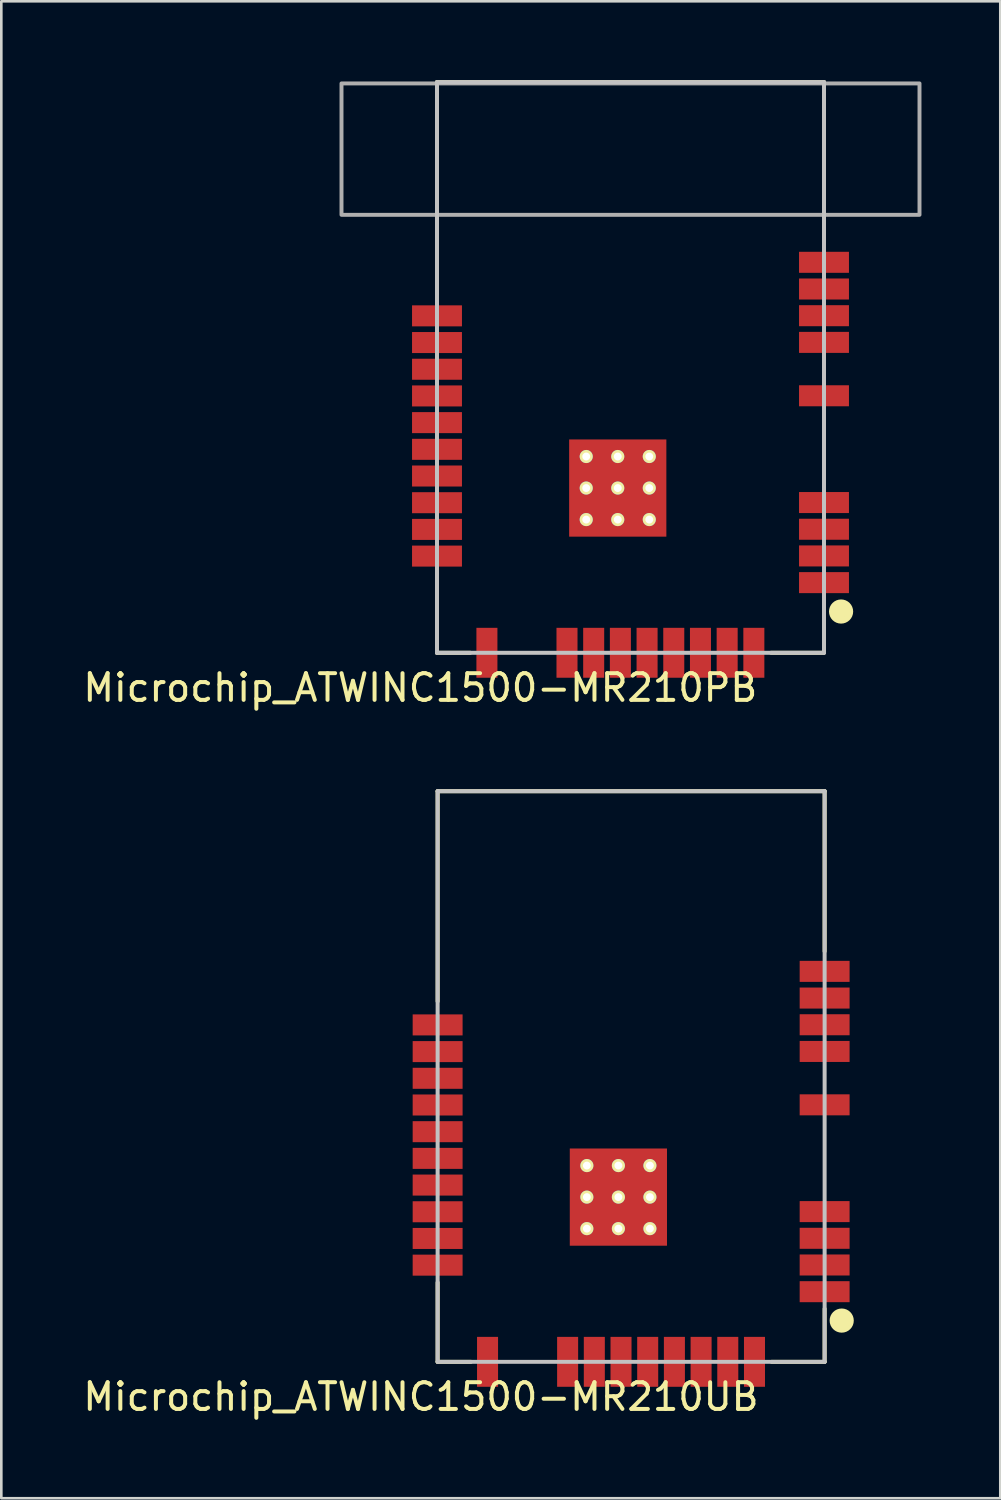
<source format=kicad_pcb>
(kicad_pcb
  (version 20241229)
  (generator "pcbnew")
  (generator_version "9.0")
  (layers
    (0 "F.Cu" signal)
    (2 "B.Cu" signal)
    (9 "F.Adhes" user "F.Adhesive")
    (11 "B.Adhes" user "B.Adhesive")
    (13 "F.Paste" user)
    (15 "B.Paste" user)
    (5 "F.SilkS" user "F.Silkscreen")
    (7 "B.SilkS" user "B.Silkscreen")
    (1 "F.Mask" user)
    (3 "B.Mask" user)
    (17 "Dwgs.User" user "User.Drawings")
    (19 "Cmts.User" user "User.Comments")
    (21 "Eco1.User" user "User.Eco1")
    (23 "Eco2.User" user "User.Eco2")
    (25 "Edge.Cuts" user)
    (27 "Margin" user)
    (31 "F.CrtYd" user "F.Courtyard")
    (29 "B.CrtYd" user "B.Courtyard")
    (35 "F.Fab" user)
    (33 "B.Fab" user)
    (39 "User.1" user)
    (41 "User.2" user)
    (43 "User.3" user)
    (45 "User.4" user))
  (footprint "Microchip_ATWINC1500-MR210UB"
    (layer "F.Cu")
    (at 20.972 46.114)
    (property "Reference" "Microchip_ATWINC1500-MR210UB" (at -8 4 0) (layer "F.SilkS") (effects (font (size 1.016 1.016) (thickness 0.152))))
    (attr smd)
    (fp_line (start -7.365 -19.05) (end -7.365 -11.049) (stroke (width 0.152) (type solid)) (layer "F.SilkS"))
    (fp_line (start -7.365 -19.05) (end 7.365 -19.05) (stroke (width 0.152) (type solid)) (layer "F.SilkS"))
    (fp_line (start -7.365 2.67) (end -7.365 -0.35) (stroke (width 0.152) (type solid)) (layer "F.SilkS"))
    (fp_line (start -6.1 2.67) (end -7.365 2.67) (stroke (width 0.152) (type solid)) (layer "F.SilkS"))
    (fp_line (start 7.365 -19.05) (end 7.365 -12.954) (stroke (width 0.152) (type solid)) (layer "F.SilkS"))
    (fp_line (start 7.365 0.65) (end 7.365 2.67) (stroke (width 0.152) (type solid)) (layer "F.SilkS"))
    (fp_line (start 7.365 2.67) (end 5.35 2.67) (stroke (width 0.152) (type solid)) (layer "F.SilkS"))
    (fp_line (start 7.7 1.1) (end 8.3 1.1) (stroke (width 0.15) (type solid)) (layer "F.SilkS"))
    (fp_circle (center 8.015 1.1) (end 8.1 1.1) (stroke (width 0.15) (type solid)) (fill no) (layer "F.SilkS"))
    (fp_circle (center 8.015 1.1) (end 8.165 1.1) (stroke (width 0.203) (type solid)) (fill no) (layer "F.SilkS"))
    (fp_circle (center 8.015 1.1) (end 8.3 1.1) (stroke (width 0.15) (type solid)) (fill no) (layer "F.SilkS"))
    (fp_circle (center 8.015 1.1) (end 8.4 1.1) (stroke (width 0.15) (type solid)) (fill no) (layer "F.SilkS"))
    (fp_line (start -7.365 -19.05) (end 7.365 -19.05) (stroke (width 0.152) (type solid)) (layer "Dwgs.User"))
    (fp_line (start -7.365 2.67) (end -7.365 -19.05) (stroke (width 0.152) (type solid)) (layer "Dwgs.User"))
    (fp_line (start 7.365 -19.05) (end 7.365 2.67) (stroke (width 0.152) (type solid)) (layer "Dwgs.User"))
    (fp_line (start 7.365 2.67) (end -7.365 2.67) (stroke (width 0.152) (type solid)) (layer "Dwgs.User"))
    (pad "1" smd rect (at 7.365 0 90) (size 0.8 1.9) (layers "F.Cu" "F.Mask" "F.Paste"))
    (pad "2" smd rect (at 7.365 -1.016 90) (size 0.8 1.9) (layers "F.Cu" "F.Mask" "F.Paste"))
    (pad "3" smd rect (at 7.365 -2.032 90) (size 0.8 1.9) (layers "F.Cu" "F.Mask" "F.Paste"))
    (pad "4" smd rect (at 7.365 -3.048 90) (size 0.8 1.9) (layers "F.Cu" "F.Mask" "F.Paste"))
    (pad "5" smd rect (at 7.365 -7.112 90) (size 0.8 1.9) (layers "F.Cu" "F.Mask" "F.Paste"))
    (pad "6" smd rect (at 7.365 -9.144 90) (size 0.8 1.9) (layers "F.Cu" "F.Mask" "F.Paste"))
    (pad "7" smd rect (at 7.365 -10.16 90) (size 0.8 1.9) (layers "F.Cu" "F.Mask" "F.Paste"))
    (pad "8" smd rect (at 7.365 -11.176 90) (size 0.8 1.9) (layers "F.Cu" "F.Mask" "F.Paste"))
    (pad "9" smd rect (at 7.365 -12.192 90) (size 0.8 1.9) (layers "F.Cu" "F.Mask" "F.Paste"))
    (pad "10" smd rect (at -7.365 -10.154 90) (size 0.8 1.9) (layers "F.Cu" "F.Mask" "F.Paste"))
    (pad "11" smd rect (at -7.365 -9.138 90) (size 0.8 1.9) (layers "F.Cu" "F.Mask" "F.Paste"))
    (pad "12" smd rect (at -7.365 -8.122 90) (size 0.8 1.9) (layers "F.Cu" "F.Mask" "F.Paste"))
    (pad "13" smd rect (at -7.365 -7.106 90) (size 0.8 1.9) (layers "F.Cu" "F.Mask" "F.Paste"))
    (pad "14" smd rect (at -7.365 -6.09 90) (size 0.8 1.9) (layers "F.Cu" "F.Mask" "F.Paste"))
    (pad "15" smd rect (at -7.365 -5.074 90) (size 0.8 1.9) (layers "F.Cu" "F.Mask" "F.Paste"))
    (pad "16" smd rect (at -7.365 -4.058 90) (size 0.8 1.9) (layers "F.Cu" "F.Mask" "F.Paste"))
    (pad "17" smd rect (at -7.365 -3.042 90) (size 0.8 1.9) (layers "F.Cu" "F.Mask" "F.Paste"))
    (pad "18" smd rect (at -7.365 -2.026 90) (size 0.8 1.9) (layers "F.Cu" "F.Mask" "F.Paste"))
    (pad "19" smd rect (at -7.365 -1.01 90) (size 0.8 1.9) (layers "F.Cu" "F.Mask" "F.Paste"))
    (pad "20" smd rect (at -5.465 2.67 180) (size 0.8 1.9) (layers "F.Cu" "F.Mask" "F.Paste"))
    (pad "21" smd rect (at -2.417 2.67 180) (size 0.8 1.9) (layers "F.Cu" "F.Mask" "F.Paste"))
    (pad "22" smd rect (at -1.401 2.67 180) (size 0.8 1.9) (layers "F.Cu" "F.Mask" "F.Paste"))
    (pad "23" smd rect (at -0.385 2.67 180) (size 0.8 1.9) (layers "F.Cu" "F.Mask" "F.Paste"))
    (pad "24" smd rect (at 0.631 2.67 180) (size 0.8 1.9) (layers "F.Cu" "F.Mask" "F.Paste"))
    (pad "25" smd rect (at 1.647 2.67 180) (size 0.8 1.9) (layers "F.Cu" "F.Mask" "F.Paste"))
    (pad "26" smd rect (at 2.663 2.67 180) (size 0.8 1.9) (layers "F.Cu" "F.Mask" "F.Paste"))
    (pad "27" smd rect (at 3.679 2.67 180) (size 0.8 1.9) (layers "F.Cu" "F.Mask" "F.Paste"))
    (pad "28" smd rect (at 4.695 2.67 180) (size 0.8 1.9) (layers "F.Cu" "F.Mask" "F.Paste"))
    (pad "29" thru_hole circle (at -1.685 -4.8) (size 0.5 0.5) (drill 0.3) (layers "*.Cu" "*.Mask" "F.SilkS"))
    (pad "29" thru_hole circle (at -1.685 -3.6) (size 0.5 0.5) (drill 0.3) (layers "*.Cu" "*.Mask" "F.SilkS"))
    (pad "29" thru_hole circle (at -1.685 -2.4) (size 0.5 0.5) (drill 0.3) (layers "*.Cu" "*.Mask" "F.SilkS"))
    (pad "29" thru_hole circle (at -0.485 -4.8) (size 0.5 0.5) (drill 0.3) (layers "*.Cu" "*.Mask" "F.SilkS"))
    (pad "29" thru_hole circle (at -0.485 -3.6) (size 0.5 0.5) (drill 0.3) (layers "*.Cu" "*.Mask" "F.SilkS"))
    (pad "29" smd rect (at -0.485 -3.6) (size 3.7 3.7) (layers "F.Cu" "F.Mask" "F.Paste"))
    (pad "29" thru_hole circle (at -0.485 -2.4) (size 0.5 0.5) (drill 0.3) (layers "*.Cu" "*.Mask" "F.SilkS"))
    (pad "29" thru_hole circle (at 0.715 -4.8) (size 0.5 0.5) (drill 0.3) (layers "*.Cu" "*.Mask" "F.SilkS"))
    (pad "29" thru_hole circle (at 0.715 -3.6) (size 0.5 0.5) (drill 0.3) (layers "*.Cu" "*.Mask" "F.SilkS"))
    (pad "29" thru_hole circle (at 0.715 -2.4) (size 0.5 0.5) (drill 0.3) (layers "*.Cu" "*.Mask" "F.SilkS")))
  (footprint "Microchip_ATWINC1500-MR210PB"
    (layer "F.Cu")
    (at 20.948 19.126)
    (property "Reference" "Microchip_ATWINC1500-MR210PB" (at -8 4 0) (layer "F.SilkS") (effects (font (size 1.016 1.016) (thickness 0.152))))
    (attr smd)
    (fp_line (start -7.365 -19.05) (end -7.365 -11) (stroke (width 0.152) (type solid)) (layer "F.SilkS"))
    (fp_line (start -7.365 -19.05) (end 7.365 -19.05) (stroke (width 0.152) (type solid)) (layer "F.SilkS"))
    (fp_line (start -7.365 2.67) (end -7.365 -0.35) (stroke (width 0.152) (type solid)) (layer "F.SilkS"))
    (fp_line (start -6.1 2.67) (end -7.365 2.67) (stroke (width 0.152) (type solid)) (layer "F.SilkS"))
    (fp_line (start 7.365 -19.05) (end 7.365 -13) (stroke (width 0.152) (type solid)) (layer "F.SilkS"))
    (fp_line (start 7.365 0.65) (end 7.365 2.67) (stroke (width 0.127) (type solid)) (layer "F.SilkS"))
    (fp_line (start 7.365 2.67) (end 5.35 2.67) (stroke (width 0.152) (type solid)) (layer "F.SilkS"))
    (fp_line (start 7.7 1.1) (end 8.3 1.1) (stroke (width 0.15) (type solid)) (layer "F.SilkS"))
    (fp_circle (center 8.015 1.1) (end 8.1 1.1) (stroke (width 0.15) (type solid)) (fill no) (layer "F.SilkS"))
    (fp_circle (center 8.015 1.1) (end 8.165 1.1) (stroke (width 0.203) (type solid)) (fill no) (layer "F.SilkS"))
    (fp_circle (center 8.015 1.1) (end 8.3 1.1) (stroke (width 0.15) (type solid)) (fill no) (layer "F.SilkS"))
    (fp_circle (center 8.015 1.1) (end 8.4 1.1) (stroke (width 0.15) (type solid)) (fill no) (layer "F.SilkS"))
    (fp_line (start -7.365 -19.05) (end 7.365 -19.05) (stroke (width 0.152) (type solid)) (layer "Dwgs.User"))
    (fp_line (start -7.365 2.67) (end -7.365 -19.05) (stroke (width 0.152) (type solid)) (layer "Dwgs.User"))
    (fp_line (start 7.365 -19.05) (end 7.365 2.67) (stroke (width 0.152) (type solid)) (layer "Dwgs.User"))
    (fp_line (start 7.365 2.67) (end -7.365 2.67) (stroke (width 0.152) (type solid)) (layer "Dwgs.User"))
    (fp_poly (pts (xy -11 -19) (xy 11 -19) (xy 11 -14) (xy -11 -14)) (stroke (width 0.15) (type solid)) (fill no) (layer "F.Fab"))
    (pad "1" smd rect (at 7.365 0 90) (size 0.8 1.9) (layers "F.Cu" "F.Mask" "F.Paste"))
    (pad "2" smd rect (at 7.365 -1.016 90) (size 0.8 1.9) (layers "F.Cu" "F.Mask" "F.Paste"))
    (pad "3" smd rect (at 7.365 -2.032 90) (size 0.8 1.9) (layers "F.Cu" "F.Mask" "F.Paste"))
    (pad "4" smd rect (at 7.365 -3.048 90) (size 0.8 1.9) (layers "F.Cu" "F.Mask" "F.Paste"))
    (pad "5" smd rect (at 7.365 -7.112 90) (size 0.8 1.9) (layers "F.Cu" "F.Mask" "F.Paste"))
    (pad "6" smd rect (at 7.365 -9.144 90) (size 0.8 1.9) (layers "F.Cu" "F.Mask" "F.Paste"))
    (pad "7" smd rect (at 7.365 -10.16 90) (size 0.8 1.9) (layers "F.Cu" "F.Mask" "F.Paste"))
    (pad "8" smd rect (at 7.365 -11.176 90) (size 0.8 1.9) (layers "F.Cu" "F.Mask" "F.Paste"))
    (pad "9" smd rect (at 7.365 -12.192 90) (size 0.8 1.9) (layers "F.Cu" "F.Mask" "F.Paste"))
    (pad "10" smd rect (at -7.365 -10.154 90) (size 0.8 1.9) (layers "F.Cu" "F.Mask" "F.Paste"))
    (pad "11" smd rect (at -7.365 -9.138 90) (size 0.8 1.9) (layers "F.Cu" "F.Mask" "F.Paste"))
    (pad "12" smd rect (at -7.365 -8.122 90) (size 0.8 1.9) (layers "F.Cu" "F.Mask" "F.Paste"))
    (pad "13" smd rect (at -7.365 -7.106 90) (size 0.8 1.9) (layers "F.Cu" "F.Mask" "F.Paste"))
    (pad "14" smd rect (at -7.365 -6.09 90) (size 0.8 1.9) (layers "F.Cu" "F.Mask" "F.Paste"))
    (pad "15" smd rect (at -7.365 -5.074 90) (size 0.8 1.9) (layers "F.Cu" "F.Mask" "F.Paste"))
    (pad "16" smd rect (at -7.365 -4.058 90) (size 0.8 1.9) (layers "F.Cu" "F.Mask" "F.Paste"))
    (pad "17" smd rect (at -7.365 -3.042 90) (size 0.8 1.9) (layers "F.Cu" "F.Mask" "F.Paste"))
    (pad "18" smd rect (at -7.365 -2.026 90) (size 0.8 1.9) (layers "F.Cu" "F.Mask" "F.Paste"))
    (pad "19" smd rect (at -7.365 -1.01 90) (size 0.8 1.9) (layers "F.Cu" "F.Mask" "F.Paste"))
    (pad "20" smd rect (at -5.465 2.67 180) (size 0.8 1.9) (layers "F.Cu" "F.Mask" "F.Paste"))
    (pad "21" smd rect (at -2.417 2.67 180) (size 0.8 1.9) (layers "F.Cu" "F.Mask" "F.Paste"))
    (pad "22" smd rect (at -1.401 2.67 180) (size 0.8 1.9) (layers "F.Cu" "F.Mask" "F.Paste"))
    (pad "23" smd rect (at -0.385 2.67 180) (size 0.8 1.9) (layers "F.Cu" "F.Mask" "F.Paste"))
    (pad "24" smd rect (at 0.631 2.67 180) (size 0.8 1.9) (layers "F.Cu" "F.Mask" "F.Paste"))
    (pad "25" smd rect (at 1.647 2.67 180) (size 0.8 1.9) (layers "F.Cu" "F.Mask" "F.Paste"))
    (pad "26" smd rect (at 2.663 2.67 180) (size 0.8 1.9) (layers "F.Cu" "F.Mask" "F.Paste"))
    (pad "27" smd rect (at 3.679 2.67 180) (size 0.8 1.9) (layers "F.Cu" "F.Mask" "F.Paste"))
    (pad "28" smd rect (at 4.695 2.67 180) (size 0.8 1.9) (layers "F.Cu" "F.Mask" "F.Paste"))
    (pad "29" thru_hole circle (at -1.685 -4.8) (size 0.5 0.5) (drill 0.3) (layers "*.Cu" "*.Mask" "F.SilkS"))
    (pad "29" thru_hole circle (at -1.685 -3.6) (size 0.5 0.5) (drill 0.3) (layers "*.Cu" "*.Mask" "F.SilkS"))
    (pad "29" thru_hole circle (at -1.685 -2.4) (size 0.5 0.5) (drill 0.3) (layers "*.Cu" "*.Mask" "F.SilkS"))
    (pad "29" thru_hole circle (at -0.485 -4.8) (size 0.5 0.5) (drill 0.3) (layers "*.Cu" "*.Mask" "F.SilkS"))
    (pad "29" thru_hole circle (at -0.485 -3.6) (size 0.5 0.5) (drill 0.3) (layers "*.Cu" "*.Mask" "F.SilkS"))
    (pad "29" smd rect (at -0.485 -3.6) (size 3.7 3.7) (layers "F.Cu" "F.Mask" "F.Paste"))
    (pad "29" thru_hole circle (at -0.485 -2.4) (size 0.5 0.5) (drill 0.3) (layers "*.Cu" "*.Mask" "F.SilkS"))
    (pad "29" thru_hole circle (at 0.715 -4.8) (size 0.5 0.5) (drill 0.3) (layers "*.Cu" "*.Mask" "F.SilkS"))
    (pad "29" thru_hole circle (at 0.715 -3.6) (size 0.5 0.5) (drill 0.3) (layers "*.Cu" "*.Mask" "F.SilkS"))
    (pad "29" thru_hole circle (at 0.715 -2.4) (size 0.5 0.5) (drill 0.3) (layers "*.Cu" "*.Mask" "F.SilkS")))
  (gr_rect
    (start -3 -3)
    (end 35.023 53.976)
    (stroke (width 0.1) (type default))
    (fill no)
    (layer "Edge.Cuts")))
</source>
